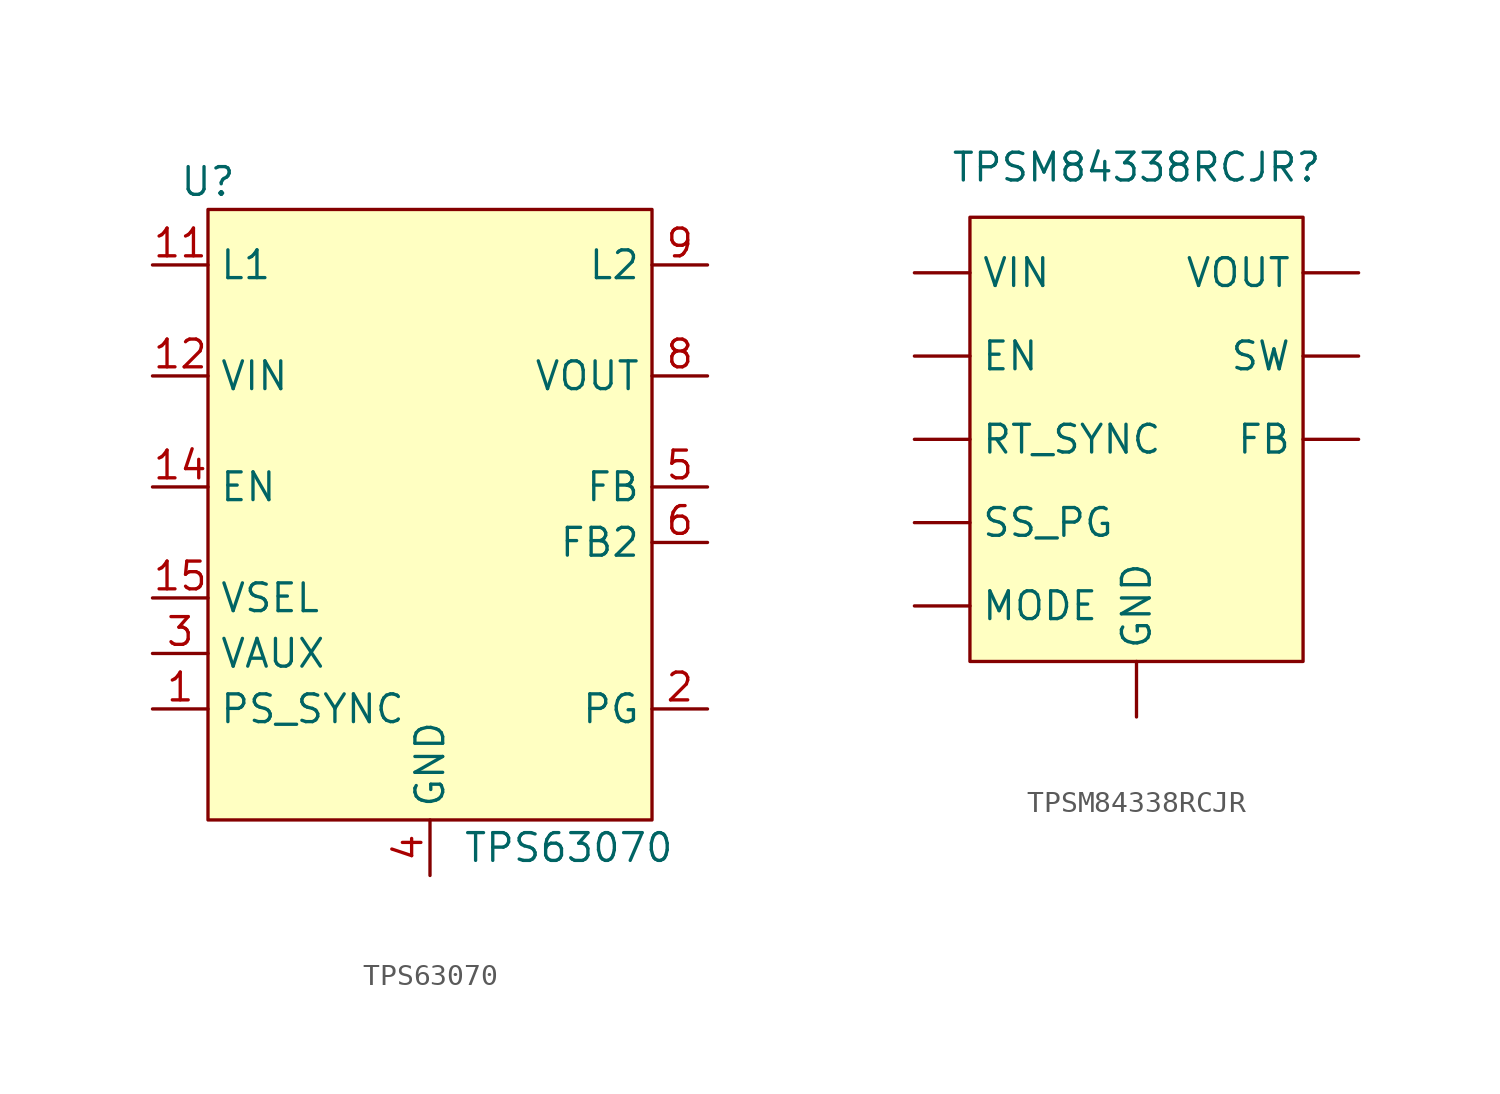
<source format=kicad_sym>
(kicad_symbol_lib
  (version 20241209)
  (generator "kicad_symbol_editor")
  (generator_version "9.0")
  (symbol "TPS63070"
    (property "Reference" "U"
      (at -10.16 16.51 0)
      (effects (font (size 1.27 1.27))))
    (property "Value" "TPS63070"
      (at 6.35 -13.97 0)
      (effects (font (size 1.27 1.27))))
    (symbol "TPS63070_0_1"
      (pin power_in line (at -12.7 7.62 0) (length 2.54) (name "VIN" (effects (font (size 1.27 1.27)))) (number "12" (effects (font (size 1.27 1.27)))))
      (pin input line (at -12.7 2.54 0) (length 2.54) (name "EN" (effects (font (size 1.27 1.27)))) (number "14" (effects (font (size 1.27 1.27)))))
      (pin input line (at -12.7 -2.54 0) (length 2.54) (name "VSEL" (effects (font (size 1.27 1.27)))) (number "15" (effects (font (size 1.27 1.27)))))
      (pin unspecified line (at -12.7 -5.08 0) (length 2.54) (name "VAUX" (effects (font (size 1.27 1.27)))) (number "3" (effects (font (size 1.27 1.27)))))
      (pin input line (at -12.7 -7.62 0) (length 2.54) (name "PS_SYNC" (effects (font (size 1.27 1.27)))) (number "1" (effects (font (size 1.27 1.27)))))
      (pin power_in line (at 0 -15.24 90) (length 2.54) (name "GND" (effects (font (size 1.27 1.27)))) (number "4" (effects (font (size 1.27 1.27)))))
      (pin unspecified line (at 12.7 12.7 180) (length 2.54) (name "L2" (effects (font (size 1.27 1.27)))) (number "9" (effects (font (size 1.27 1.27)))))
      (pin power_in line (at 12.7 7.62 180) (length 2.54) (name "VOUT" (effects (font (size 1.27 1.27)))) (number "8" (effects (font (size 1.27 1.27)))))
      (pin output line (at 12.7 2.54 180) (length 2.54) (name "FB" (effects (font (size 1.27 1.27)))) (number "5" (effects (font (size 1.27 1.27)))))
      (pin input line (at 12.7 0 180) (length 2.54) (name "FB2" (effects (font (size 1.27 1.27)))) (number "6" (effects (font (size 1.27 1.27)))))
      (pin open_collector line (at 12.7 -7.62 180) (length 2.54) (name "PG" (effects (font (size 1.27 1.27)))) (number "2" (effects (font (size 1.27 1.27))))))
    (symbol "TPS63070_1_1"
      (rectangle (start -10.16 15.24) (end 10.16 -12.7) (stroke (width 0) (type solid)) (fill (type background)))
      (pin unspecified line (at -12.7 12.7 0) (length 2.54) (name "L1" (effects (font (size 1.27 1.27)))) (number "11" (effects (font (size 1.27 1.27)))))
      (pin passive line (at -12.7 7.62 0) (length 2.54) (hide yes) (name "VIN" (effects (font (size 1.27 1.27)))) (number "13" (effects (font (size 1.27 1.27)))))
      (pin passive line (at 0 -15.24 90) (length 2.54) (hide yes) (name "PGND" (effects (font (size 1.27 1.27)))) (number "10" (effects (font (size 1.27 1.27)))))
      (pin passive line (at 12.7 7.62 180) (length 2.54) (hide yes) (name "VOUT" (effects (font (size 1.27 1.27)))) (number "7" (effects (font (size 1.27 1.27)))))))
  (symbol "TPSM84338RCJR"
    (property "Reference" "TPSM84338RCJR"
      (at 0 11.176 0)
      (effects (font (size 1.27 1.27))))
    (property "Value" ""
      (at 0 0 0)
      (effects (font (size 1.27 1.27))))
    (symbol "TPSM84338RCJR_1_1"
      (rectangle (start -7.62 8.89) (end 7.62 -11.43) (stroke (width 0) (type default)) (fill (type background)))
      (pin input line (at -10.16 6.35 0) (length 2.54) (name "VIN" (effects (font (size 1.27 1.27)))) (number "" (effects (font (size 1.27 1.27)))))
      (pin input line (at -10.16 2.54 0) (length 2.54) (name "EN" (effects (font (size 1.27 1.27)))) (number "" (effects (font (size 1.27 1.27)))))
      (pin input line (at -10.16 -1.27 0) (length 2.54) (name "RT_SYNC" (effects (font (size 1.27 1.27)))) (number "" (effects (font (size 1.27 1.27)))))
      (pin input line (at -10.16 -5.08 0) (length 2.54) (name "SS_PG" (effects (font (size 1.27 1.27)))) (number "" (effects (font (size 1.27 1.27)))))
      (pin input line (at -10.16 -8.89 0) (length 2.54) (name "MODE" (effects (font (size 1.27 1.27)))) (number "" (effects (font (size 1.27 1.27)))))
      (pin output line (at 0 -13.97 90) (length 2.54) (name "GND" (effects (font (size 1.27 1.27)))) (number "" (effects (font (size 1.27 1.27)))))
      (pin output line (at 10.16 6.35 180) (length 2.54) (name "VOUT" (effects (font (size 1.27 1.27)))) (number "" (effects (font (size 1.27 1.27)))))
      (pin output line (at 10.16 2.54 180) (length 2.54) (name "SW" (effects (font (size 1.27 1.27)))) (number "" (effects (font (size 1.27 1.27)))))
      (pin output line (at 10.16 -1.27 180) (length 2.54) (name "FB" (effects (font (size 1.27 1.27)))) (number "" (effects (font (size 1.27 1.27))))))))
</source>
